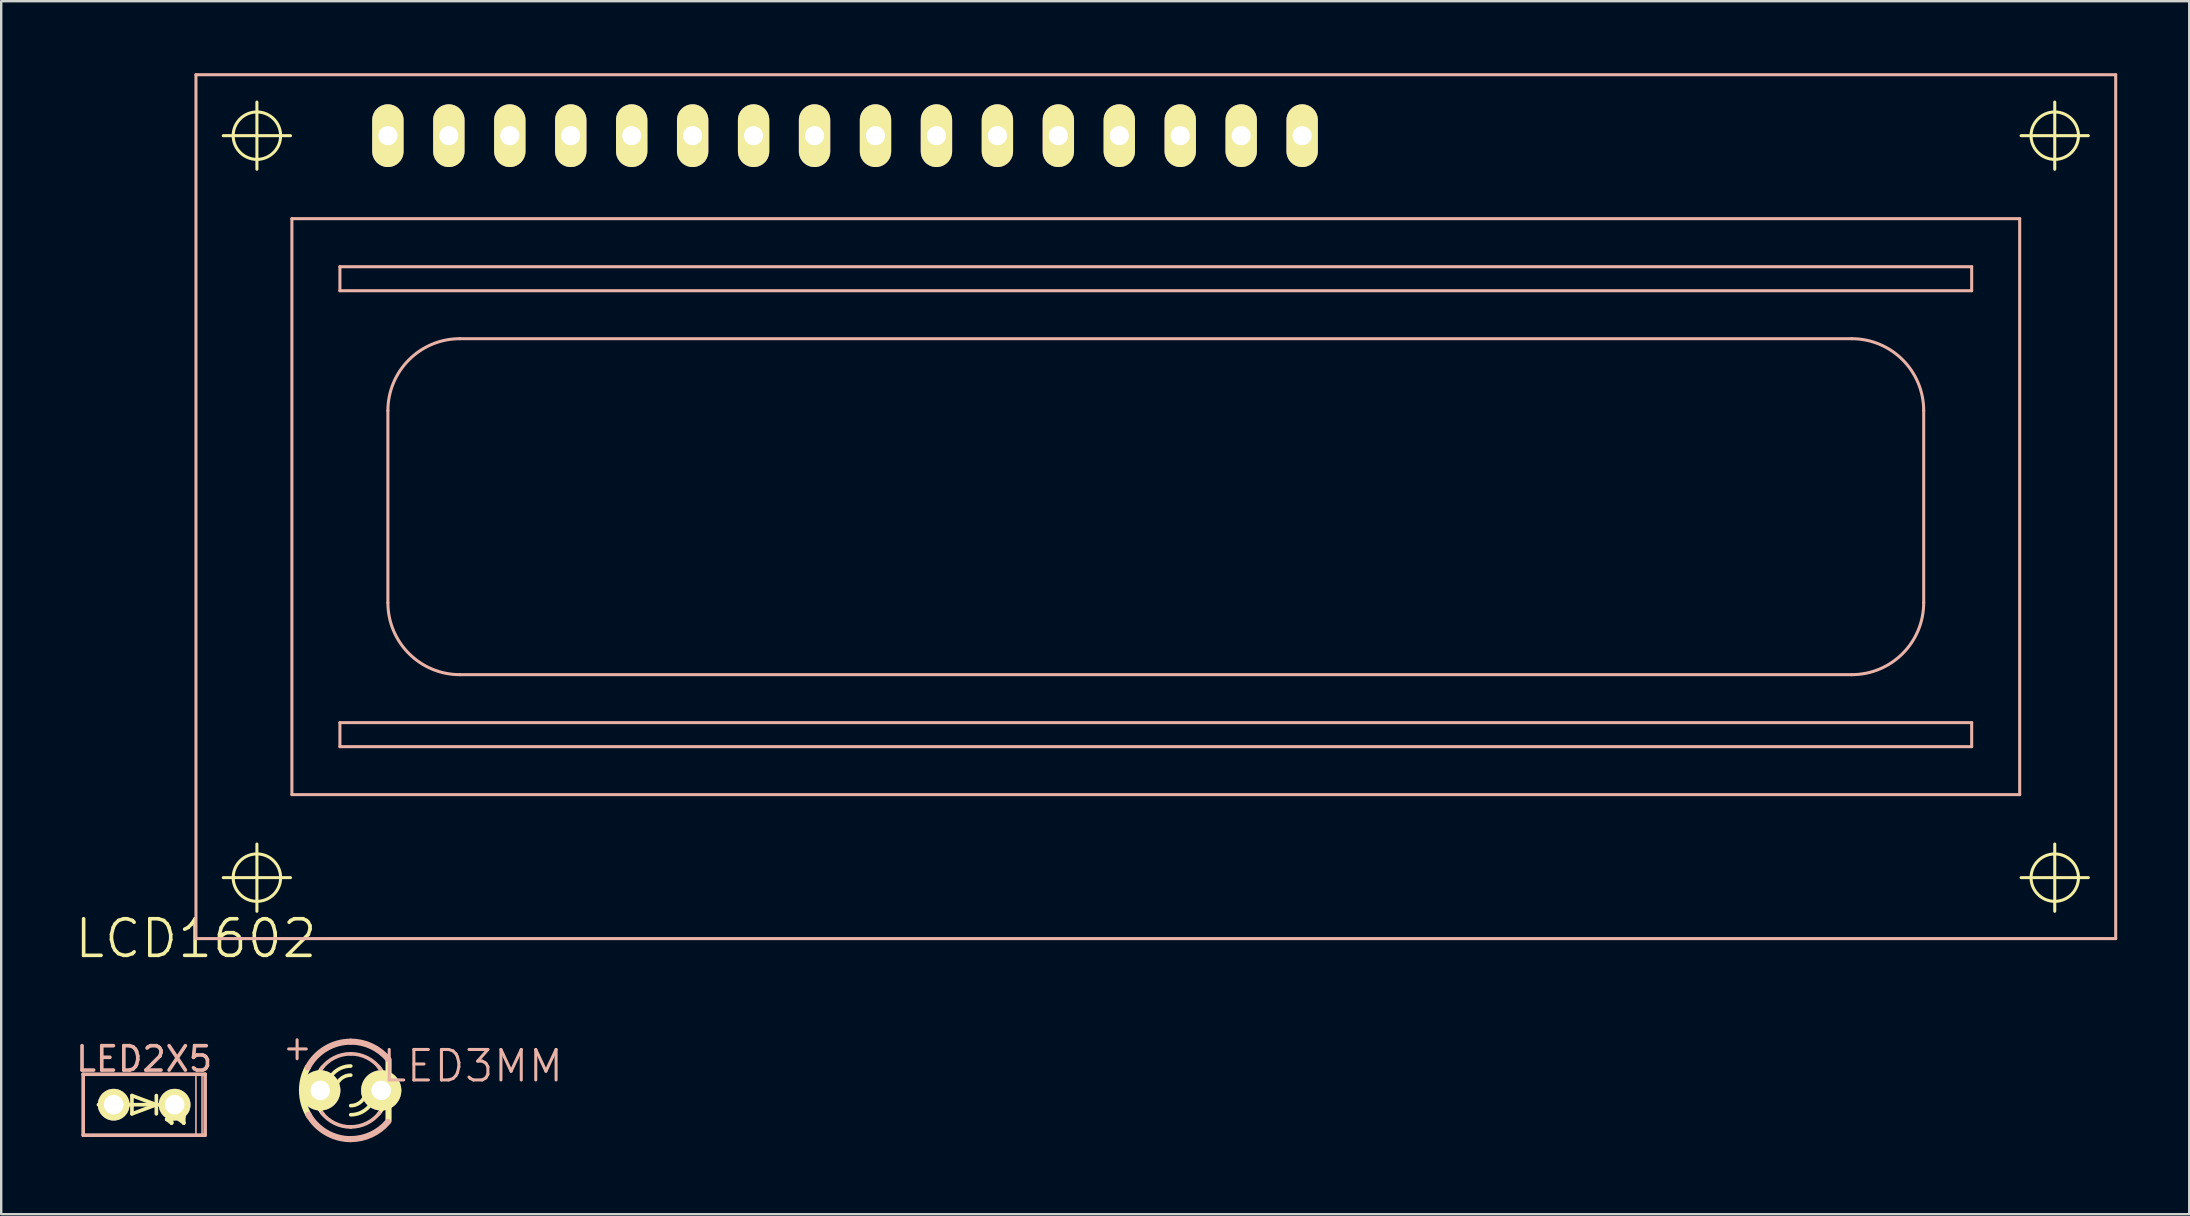
<source format=kicad_pcb>
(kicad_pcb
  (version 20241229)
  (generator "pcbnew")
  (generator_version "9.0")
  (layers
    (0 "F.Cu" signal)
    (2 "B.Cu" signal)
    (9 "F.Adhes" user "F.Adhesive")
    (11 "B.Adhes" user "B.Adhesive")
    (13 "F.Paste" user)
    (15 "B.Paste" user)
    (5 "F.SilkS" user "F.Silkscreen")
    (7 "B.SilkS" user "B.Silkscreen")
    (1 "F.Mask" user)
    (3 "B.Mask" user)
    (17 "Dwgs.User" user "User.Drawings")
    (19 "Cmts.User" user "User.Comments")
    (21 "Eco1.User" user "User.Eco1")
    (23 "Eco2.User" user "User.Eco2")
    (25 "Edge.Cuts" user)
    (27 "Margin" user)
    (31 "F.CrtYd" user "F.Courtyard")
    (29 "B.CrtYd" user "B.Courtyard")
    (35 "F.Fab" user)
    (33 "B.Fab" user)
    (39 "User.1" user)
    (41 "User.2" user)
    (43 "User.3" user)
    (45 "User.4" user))
  (footprint "LED2X5"
    (layer "F.Cu")
    (at 2.957 42.985)
    (property "Reference" "LED2X5" (at 0 -1.905 0) (layer "B.SilkS") (effects (font (size 1.016 1.016) (thickness 0.152))))
    (attr exclude_from_pos_files exclude_from_bom)
    (fp_line (start -1.905 0) (end 0.508 0) (stroke (width 0.152) (type solid)) (layer "F.SilkS"))
    (fp_line (start -0.508 -0.381) (end -0.508 0.381) (stroke (width 0.152) (type solid)) (layer "F.SilkS"))
    (fp_line (start -0.508 -0.381) (end 0.508 0) (stroke (width 0.152) (type solid)) (layer "F.SilkS"))
    (fp_line (start 0.508 -0.381) (end 0.508 0) (stroke (width 0.152) (type solid)) (layer "F.SilkS"))
    (fp_line (start 0.508 0) (end -0.508 0.381) (stroke (width 0.152) (type solid)) (layer "F.SilkS"))
    (fp_line (start 0.508 0) (end 0.508 0.381) (stroke (width 0.152) (type solid)) (layer "F.SilkS"))
    (fp_line (start 0.508 0) (end 1.778 0) (stroke (width 0.152) (type solid)) (layer "F.SilkS"))
    (fp_line (start 0.889 0.254) (end 1.143 0.762) (stroke (width 0.152) (type solid)) (layer "F.SilkS"))
    (fp_line (start 0.94 0.61) (end 1.143 0.508) (stroke (width 0.152) (type solid)) (layer "F.SilkS"))
    (fp_line (start 1.143 0.762) (end 0.94 0.61) (stroke (width 0.152) (type solid)) (layer "F.SilkS"))
    (fp_line (start 1.143 0.762) (end 1.143 0.508) (stroke (width 0.152) (type solid)) (layer "F.SilkS"))
    (fp_line (start 1.397 0.254) (end 1.651 0.762) (stroke (width 0.152) (type solid)) (layer "F.SilkS"))
    (fp_line (start 1.448 0.61) (end 1.651 0.508) (stroke (width 0.152) (type solid)) (layer "F.SilkS"))
    (fp_line (start 1.651 0.762) (end 1.448 0.61) (stroke (width 0.152) (type solid)) (layer "F.SilkS"))
    (fp_line (start 1.651 0.762) (end 1.651 0.508) (stroke (width 0.152) (type solid)) (layer "F.SilkS"))
    (fp_line (start -2.54 1.27) (end -2.54 -1.27) (stroke (width 0.152) (type solid)) (layer "B.SilkS"))
    (fp_line (start -2.54 1.27) (end 2.54 1.27) (stroke (width 0.152) (type solid)) (layer "B.SilkS"))
    (fp_line (start 2.159 -1.27) (end 2.413 -1.27) (stroke (width 0.066) (type solid)) (layer "B.SilkS"))
    (fp_line (start 2.159 1.27) (end 2.159 -1.27) (stroke (width 0.066) (type solid)) (layer "B.SilkS"))
    (fp_line (start 2.159 1.27) (end 2.413 1.27) (stroke (width 0.066) (type solid)) (layer "B.SilkS"))
    (fp_line (start 2.413 1.27) (end 2.413 -1.27) (stroke (width 0.066) (type solid)) (layer "B.SilkS"))
    (fp_line (start 2.54 -1.27) (end -2.54 -1.27) (stroke (width 0.152) (type solid)) (layer "B.SilkS"))
    (fp_line (start 2.54 -1.27) (end 2.54 1.27) (stroke (width 0.152) (type solid)) (layer "B.SilkS"))
    (pad "A" thru_hole circle (at -1.27 0) (size 1.321 1.321) (drill 0.813) (layers "*.Cu" "F.Mask" "F.SilkS" "F.Paste"))
    (pad "K" thru_hole circle (at 1.27 0) (size 1.321 1.321) (drill 0.813) (layers "*.Cu" "F.Mask" "F.SilkS" "F.Paste")))
  (footprint "LED3MM"
    (layer "F.Cu")
    (at 11.566 42.389)
    (property "Reference" "LED3MM" (at 5.08 -1.016 0) (layer "B.SilkS") (effects (font (size 1.27 1.27) (thickness 0.127))))
    (attr exclude_from_pos_files exclude_from_bom)
    (fp_line (start 1.575 1.27) (end 1.575 -1.27) (stroke (width 0.254) (type solid)) (layer "F.SilkS"))
    (fp_arc (start -2.032 0) (mid -1.970347 -0.496745) (end -1.78913 -0.963347) (stroke (width 0.254) (type solid)) (layer "F.SilkS"))
    (fp_arc (start -1.72974 1.06426) (mid -1.954164 0.553076) (end -2.030923 0.0001) (stroke (width 0.254) (type solid)) (layer "F.SilkS"))
    (fp_arc (start -1.524 0) (mid -1.432999 -0.518738) (end -1.170864 -0.975527) (stroke (width 0.1524) (type solid)) (layer "F.SilkS"))
    (fp_arc (start -1.13792 1.01092) (mid -1.422742 0.540951) (end -1.522111 0.000469) (stroke (width 0.1524) (type solid)) (layer "F.SilkS"))
    (fp_arc (start -1.016 0) (mid -0.71842 -0.71842) (end 0 -1.016) (stroke (width 0.1524) (type solid)) (layer "F.SilkS"))
    (fp_arc (start -0.635 0) (mid -0.449013 -0.449013) (end 0 -0.635) (stroke (width 0.1524) (type solid)) (layer "F.SilkS"))
    (fp_arc (start 0.635 0) (mid 0.449013 0.449013) (end 0 0.635) (stroke (width 0.1524) (type solid)) (layer "F.SilkS"))
    (fp_arc (start 1.016 0) (mid 0.71842 0.71842) (end 0 1.016) (stroke (width 0.1524) (type solid)) (layer "F.SilkS"))
    (fp_arc (start 1.1557 -0.9906) (mid 1.427593 -0.528119) (end 1.522147 -0.000034) (stroke (width 0.1524) (type solid)) (layer "F.SilkS"))
    (fp_arc (start 1.524 0) (mid 1.432999 0.518738) (end 1.170864 0.975527) (stroke (width 0.1524) (type solid)) (layer "F.SilkS"))
    (fp_line (start -2.588 -1.727) (end -1.854 -1.727) (stroke (width 0.127) (type solid)) (layer "B.SilkS"))
    (fp_line (start -2.235 -1.321) (end -2.235 -2.108) (stroke (width 0.127) (type solid)) (layer "B.SilkS"))
    (fp_arc (start -1.7907 -0.95504) (mid -1.044567 -1.739997) (end -0.000975 -2.02946) (stroke (width 0.254) (type solid)) (layer "B.SilkS"))
    (fp_arc (start -1.2192 -0.9144) (mid -0.681912 -1.362928) (end -0.000801 -1.524) (stroke (width 0.1524) (type solid)) (layer "B.SilkS"))
    (fp_arc (start 0 -2.032) (mid 0.860367 -1.840867) (end 1.55888 -1.303426) (stroke (width 0.254) (type solid)) (layer "B.SilkS"))
    (fp_arc (start 0 -1.524) (mid 0.696618 -1.35547) (end 1.239166 -0.887155) (stroke (width 0.1524) (type solid)) (layer "B.SilkS"))
    (fp_arc (start 0 1.524) (mid -0.669273 1.369179) (end -1.202564 0.936171) (stroke (width 0.1524) (type solid)) (layer "B.SilkS"))
    (fp_arc (start 0 2.032) (mid -1.01907 1.757988) (end -1.763299 1.009851) (stroke (width 0.254) (type solid)) (layer "B.SilkS"))
    (fp_arc (start 1.20142 0.93472) (mid 0.668882 1.367373) (end 0.000442 1.522206) (stroke (width 0.1524) (type solid)) (layer "B.SilkS"))
    (fp_arc (start 1.5494 1.31064) (mid 0.855154 1.840416) (end 0.002552 2.029387) (stroke (width 0.254) (type solid)) (layer "B.SilkS"))
    (pad "A" thru_hole circle (at -1.27 0) (size 1.676 1.676) (drill 0.813) (layers "*.Cu" "F.Mask" "F.SilkS" "F.Paste"))
    (pad "K" thru_hole circle (at 1.27 0) (size 1.676 1.676) (drill 0.813) (layers "*.Cu" "F.Mask" "F.SilkS" "F.Paste")))
  (footprint "LCD1602"
    (layer "F.Cu")
    (at 5.116 36.063)
    (property "Reference" "LCD1602" (at 0 0 0) (layer "F.SilkS") (effects (font (size 1.524 1.524) (thickness 0.15))))
    (attr exclude_from_pos_files exclude_from_bom)
    (fp_line (start 1.138 -33.459) (end 3.94 -33.459) (stroke (width 0.127) (type solid)) (layer "F.SilkS"))
    (fp_line (start 1.138 -2.54) (end 3.94 -2.54) (stroke (width 0.127) (type solid)) (layer "F.SilkS"))
    (fp_line (start 2.54 -32.06) (end 2.54 -34.859) (stroke (width 0.127) (type solid)) (layer "F.SilkS"))
    (fp_line (start 2.54 -1.138) (end 2.54 -3.94) (stroke (width 0.127) (type solid)) (layer "F.SilkS"))
    (fp_line (start 76.058 -33.459) (end 78.859 -33.459) (stroke (width 0.127) (type solid)) (layer "F.SilkS"))
    (fp_line (start 76.058 -2.54) (end 78.859 -2.54) (stroke (width 0.127) (type solid)) (layer "F.SilkS"))
    (fp_line (start 77.46 -32.06) (end 77.46 -34.859) (stroke (width 0.127) (type solid)) (layer "F.SilkS"))
    (fp_line (start 77.46 -1.138) (end 77.46 -3.94) (stroke (width 0.127) (type solid)) (layer "F.SilkS"))
    (fp_circle (center 2.54 -33.459) (end 3.239 -34.158) (stroke (width 0.127) (type solid)) (fill no) (layer "F.SilkS"))
    (fp_circle (center 2.54 -2.54) (end 3.239 -3.239) (stroke (width 0.127) (type solid)) (fill no) (layer "F.SilkS"))
    (fp_circle (center 77.46 -33.459) (end 78.158 -34.158) (stroke (width 0.127) (type solid)) (fill no) (layer "F.SilkS"))
    (fp_circle (center 77.46 -2.54) (end 78.158 -3.239) (stroke (width 0.127) (type solid)) (fill no) (layer "F.SilkS"))
    (fp_line (start 0 -35.999) (end 0 0) (stroke (width 0.127) (type solid)) (layer "B.SilkS"))
    (fp_line (start 0 0) (end 80 0) (stroke (width 0.127) (type solid)) (layer "B.SilkS"))
    (fp_line (start 3.998 -30) (end 75.999 -30) (stroke (width 0.127) (type solid)) (layer "B.SilkS"))
    (fp_line (start 3.998 -5.999) (end 3.998 -30) (stroke (width 0.127) (type solid)) (layer "B.SilkS"))
    (fp_line (start 5.999 -27.998) (end 73.998 -27.998) (stroke (width 0.127) (type solid)) (layer "B.SilkS"))
    (fp_line (start 5.999 -26.998) (end 5.999 -27.998) (stroke (width 0.127) (type solid)) (layer "B.SilkS"))
    (fp_line (start 5.999 -8.999) (end 5.999 -7.998) (stroke (width 0.127) (type solid)) (layer "B.SilkS"))
    (fp_line (start 5.999 -7.998) (end 73.998 -7.998) (stroke (width 0.127) (type solid)) (layer "B.SilkS"))
    (fp_line (start 7.998 -21.999) (end 7.998 -13.998) (stroke (width 0.127) (type solid)) (layer "B.SilkS"))
    (fp_line (start 10.998 -10.998) (end 68.999 -10.998) (stroke (width 0.127) (type solid)) (layer "B.SilkS"))
    (fp_line (start 68.999 -24.999) (end 10.998 -24.999) (stroke (width 0.127) (type solid)) (layer "B.SilkS"))
    (fp_line (start 71.999 -13.998) (end 71.999 -21.999) (stroke (width 0.127) (type solid)) (layer "B.SilkS"))
    (fp_line (start 73.998 -27.998) (end 73.998 -26.998) (stroke (width 0.127) (type solid)) (layer "B.SilkS"))
    (fp_line (start 73.998 -26.998) (end 5.999 -26.998) (stroke (width 0.127) (type solid)) (layer "B.SilkS"))
    (fp_line (start 73.998 -8.999) (end 5.999 -8.999) (stroke (width 0.127) (type solid)) (layer "B.SilkS"))
    (fp_line (start 73.998 -7.998) (end 73.998 -8.999) (stroke (width 0.127) (type solid)) (layer "B.SilkS"))
    (fp_line (start 75.999 -30) (end 75.999 -5.999) (stroke (width 0.127) (type solid)) (layer "B.SilkS"))
    (fp_line (start 75.999 -5.999) (end 3.998 -5.999) (stroke (width 0.127) (type solid)) (layer "B.SilkS"))
    (fp_line (start 80 -35.999) (end 0 -35.999) (stroke (width 0.127) (type solid)) (layer "B.SilkS"))
    (fp_line (start 80 0) (end 80 -35.999) (stroke (width 0.127) (type solid)) (layer "B.SilkS"))
    (fp_arc (start 7.99846 -21.99894) (mid 8.877064 -24.120076) (end 10.9982 -24.99868) (stroke (width 0.127) (type solid)) (layer "B.SilkS"))
    (fp_arc (start 10.9982 -10.9982) (mid 8.877064 -11.876804) (end 7.99846 -13.99794) (stroke (width 0.127) (type solid)) (layer "B.SilkS"))
    (fp_arc (start 68.9991 -24.99868) (mid 71.120236 -24.120076) (end 71.99884 -21.99894) (stroke (width 0.127) (type solid)) (layer "B.SilkS"))
    (fp_arc (start 71.99884 -13.99794) (mid 71.120236 -11.876804) (end 68.9991 -10.9982) (stroke (width 0.127) (type solid)) (layer "B.SilkS"))
    (pad "1" thru_hole oval (at 7.998 -33.459 180) (size 1.306 2.614) (drill 0.798) (layers "*.Cu" "F.Mask" "F.SilkS" "F.Paste"))
    (pad "2" thru_hole oval (at 10.538 -33.459 180) (size 1.306 2.614) (drill 0.798) (layers "*.Cu" "F.Mask" "F.SilkS" "F.Paste"))
    (pad "3" thru_hole oval (at 13.078 -33.459 180) (size 1.306 2.614) (drill 0.798) (layers "*.Cu" "F.Mask" "F.SilkS" "F.Paste"))
    (pad "4" thru_hole oval (at 15.618 -33.459 180) (size 1.306 2.614) (drill 0.798) (layers "*.Cu" "F.Mask" "F.SilkS" "F.Paste"))
    (pad "5" thru_hole oval (at 18.158 -33.459 180) (size 1.306 2.614) (drill 0.798) (layers "*.Cu" "F.Mask" "F.SilkS" "F.Paste"))
    (pad "6" thru_hole oval (at 20.698 -33.459 180) (size 1.306 2.614) (drill 0.798) (layers "*.Cu" "F.Mask" "F.SilkS" "F.Paste"))
    (pad "7" thru_hole oval (at 23.238 -33.459 180) (size 1.306 2.614) (drill 0.798) (layers "*.Cu" "F.Mask" "F.SilkS" "F.Paste"))
    (pad "8" thru_hole oval (at 25.778 -33.459 180) (size 1.306 2.614) (drill 0.798) (layers "*.Cu" "F.Mask" "F.SilkS" "F.Paste"))
    (pad "9" thru_hole oval (at 28.318 -33.459 180) (size 1.306 2.614) (drill 0.798) (layers "*.Cu" "F.Mask" "F.SilkS" "F.Paste"))
    (pad "10" thru_hole oval (at 30.858 -33.459 180) (size 1.306 2.614) (drill 0.798) (layers "*.Cu" "F.Mask" "F.SilkS" "F.Paste"))
    (pad "11" thru_hole oval (at 33.398 -33.459 180) (size 1.306 2.614) (drill 0.798) (layers "*.Cu" "F.Mask" "F.SilkS" "F.Paste"))
    (pad "12" thru_hole oval (at 35.938 -33.459 180) (size 1.306 2.614) (drill 0.798) (layers "*.Cu" "F.Mask" "F.SilkS" "F.Paste"))
    (pad "13" thru_hole oval (at 38.478 -33.459 180) (size 1.306 2.614) (drill 0.798) (layers "*.Cu" "F.Mask" "F.SilkS" "F.Paste"))
    (pad "14" thru_hole oval (at 41.018 -33.459 180) (size 1.306 2.614) (drill 0.798) (layers "*.Cu" "F.Mask" "F.SilkS" "F.Paste"))
    (pad "15" thru_hole oval (at 43.558 -33.459 180) (size 1.306 2.614) (drill 0.798) (layers "*.Cu" "F.Mask" "F.SilkS" "F.Paste"))
    (pad "16" thru_hole oval (at 46.098 -33.459 180) (size 1.306 2.614) (drill 0.798) (layers "*.Cu" "F.Mask" "F.SilkS" "F.Paste")))
  (gr_rect
    (start -3 -3)
    (end 88.18 47.548)
    (stroke (width 0.1) (type default))
    (fill no)
    (layer "Edge.Cuts")))
</source>
